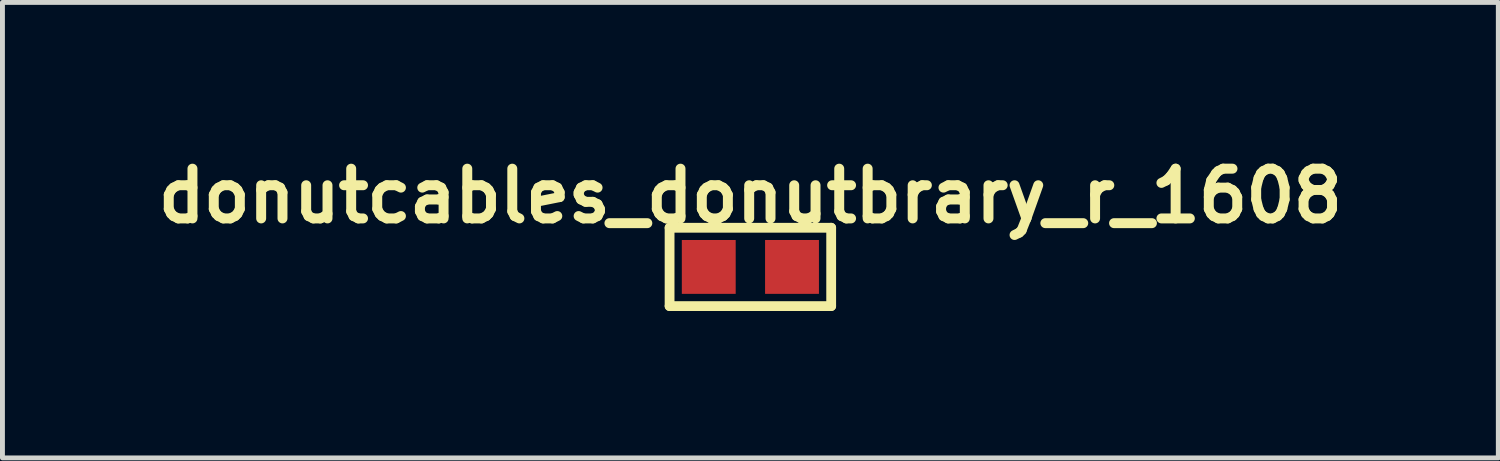
<source format=kicad_pcb>
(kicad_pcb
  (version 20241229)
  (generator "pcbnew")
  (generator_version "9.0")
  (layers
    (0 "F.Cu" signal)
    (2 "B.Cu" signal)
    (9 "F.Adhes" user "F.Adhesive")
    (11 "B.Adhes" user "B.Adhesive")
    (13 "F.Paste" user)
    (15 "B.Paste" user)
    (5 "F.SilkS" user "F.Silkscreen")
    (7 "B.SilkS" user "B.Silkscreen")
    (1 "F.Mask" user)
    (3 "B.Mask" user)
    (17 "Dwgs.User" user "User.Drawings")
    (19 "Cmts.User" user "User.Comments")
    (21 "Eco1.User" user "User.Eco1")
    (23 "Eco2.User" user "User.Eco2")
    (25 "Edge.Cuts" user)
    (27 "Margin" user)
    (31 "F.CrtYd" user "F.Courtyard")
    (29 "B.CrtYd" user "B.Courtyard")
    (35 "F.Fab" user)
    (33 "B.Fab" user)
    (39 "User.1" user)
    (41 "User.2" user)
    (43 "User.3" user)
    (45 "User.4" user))
  (footprint "donutcables_donutbrary_r_1608"
    (layer "F.Cu")
    (at 12.274 2.401)
    (property "Reference" "donutcables_donutbrary_r_1608" (at 0 -1.45 0) (layer "F.SilkS") (effects (font (size 1.016 1.016) (thickness 0.203))))
    (property "Value" "${VALUE}" (at 0 1.905 0) (layer "F.Fab") (hide yes) (effects (font (size 1.016 1.016) (thickness 0.203))))
    (attr through_hole)
    (fp_line (start -1.65 -0.8) (end 1.65 -0.8) (stroke (width 0.2) (type solid)) (layer "F.SilkS"))
    (fp_line (start -1.65 0.8) (end -1.65 -0.8) (stroke (width 0.2) (type solid)) (layer "F.SilkS"))
    (fp_line (start 1.65 -0.8) (end 1.65 0.8) (stroke (width 0.2) (type solid)) (layer "F.SilkS"))
    (fp_line (start 1.65 0.8) (end -1.65 0.8) (stroke (width 0.2) (type solid)) (layer "F.SilkS"))
    (pad "1" smd rect (at -0.85 0) (size 1.1 1.1) (layers "F.Cu" "F.Mask" "F.Paste"))
    (pad "2" smd rect (at 0.85 0) (size 1.1 1.1) (layers "F.Cu" "F.Mask" "F.Paste")))
  (gr_rect
    (start -3 -3)
    (end 27.548 6.301)
    (stroke (width 0.1) (type default))
    (fill no)
    (layer "Edge.Cuts")))
</source>
